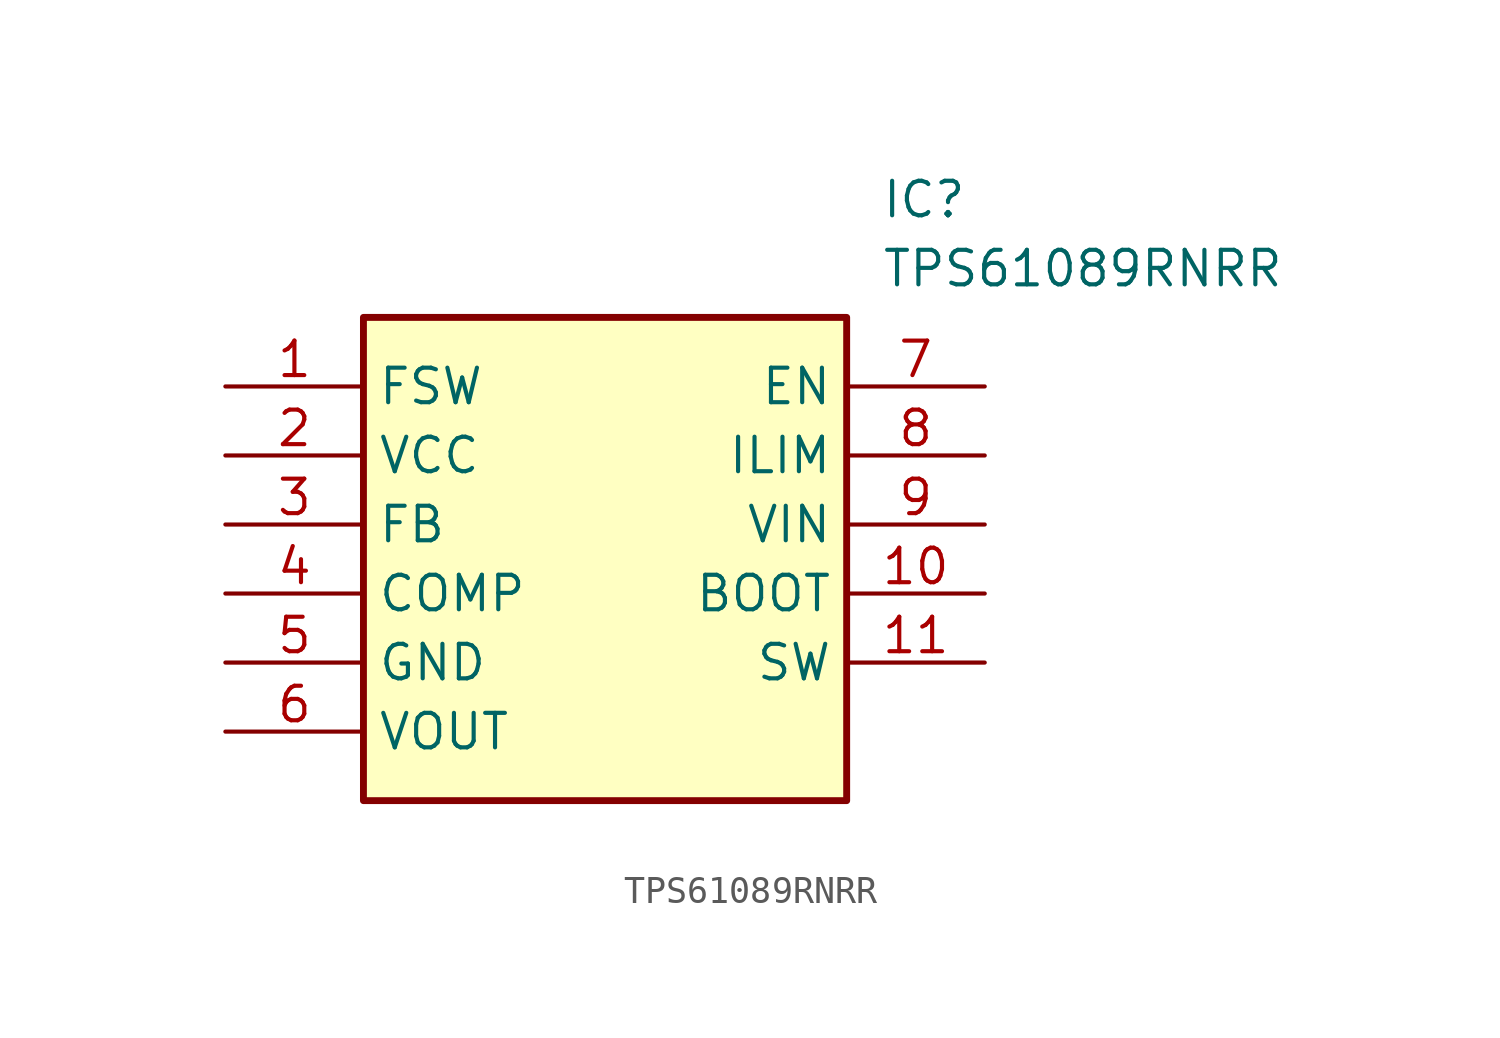
<source format=kicad_sym>
(kicad_symbol_lib
  (version 20211014)
  (generator SamacSys_ECAD_Model)
  (symbol "TPS61089RNRR"
    (property "Reference" "IC"
      (at 24.13 7.62 0)
      (effects (font (size 1.27 1.27)) (justify left top)))
    (property "Value" "TPS61089RNRR"
      (at 24.13 5.08 0)
      (effects (font (size 1.27 1.27)) (justify left top)))
    (rectangle
      (start 5.08 2.54)
      (end 22.86 -15.24)
      (stroke (width 0.254) (type default))
      (fill (type background)))
    (pin passive line
      (at 0 0 0)
      (length 5.08)
      (name "FSW" (effects (font (size 1.27 1.27))))
      (number "1" (effects (font (size 1.27 1.27)))))
    (pin passive line
      (at 0 -2.54 0)
      (length 5.08)
      (name "VCC" (effects (font (size 1.27 1.27))))
      (number "2" (effects (font (size 1.27 1.27)))))
    (pin passive line
      (at 0 -5.08 0)
      (length 5.08)
      (name "FB" (effects (font (size 1.27 1.27))))
      (number "3" (effects (font (size 1.27 1.27)))))
    (pin passive line
      (at 0 -7.62 0)
      (length 5.08)
      (name "COMP" (effects (font (size 1.27 1.27))))
      (number "4" (effects (font (size 1.27 1.27)))))
    (pin passive line
      (at 0 -10.16 0)
      (length 5.08)
      (name "GND" (effects (font (size 1.27 1.27))))
      (number "5" (effects (font (size 1.27 1.27)))))
    (pin passive line
      (at 0 -12.7 0)
      (length 5.08)
      (name "VOUT" (effects (font (size 1.27 1.27))))
      (number "6" (effects (font (size 1.27 1.27)))))
    (pin passive line
      (at 27.94 0 180)
      (length 5.08)
      (name "EN" (effects (font (size 1.27 1.27))))
      (number "7" (effects (font (size 1.27 1.27)))))
    (pin passive line
      (at 27.94 -2.54 180)
      (length 5.08)
      (name "ILIM" (effects (font (size 1.27 1.27))))
      (number "8" (effects (font (size 1.27 1.27)))))
    (pin passive line
      (at 27.94 -5.08 180)
      (length 5.08)
      (name "VIN" (effects (font (size 1.27 1.27))))
      (number "9" (effects (font (size 1.27 1.27)))))
    (pin passive line
      (at 27.94 -7.62 180)
      (length 5.08)
      (name "BOOT" (effects (font (size 1.27 1.27))))
      (number "10" (effects (font (size 1.27 1.27)))))
    (pin passive line
      (at 27.94 -10.16 180)
      (length 5.08)
      (name "SW" (effects (font (size 1.27 1.27))))
      (number "11" (effects (font (size 1.27 1.27)))))))
</source>
